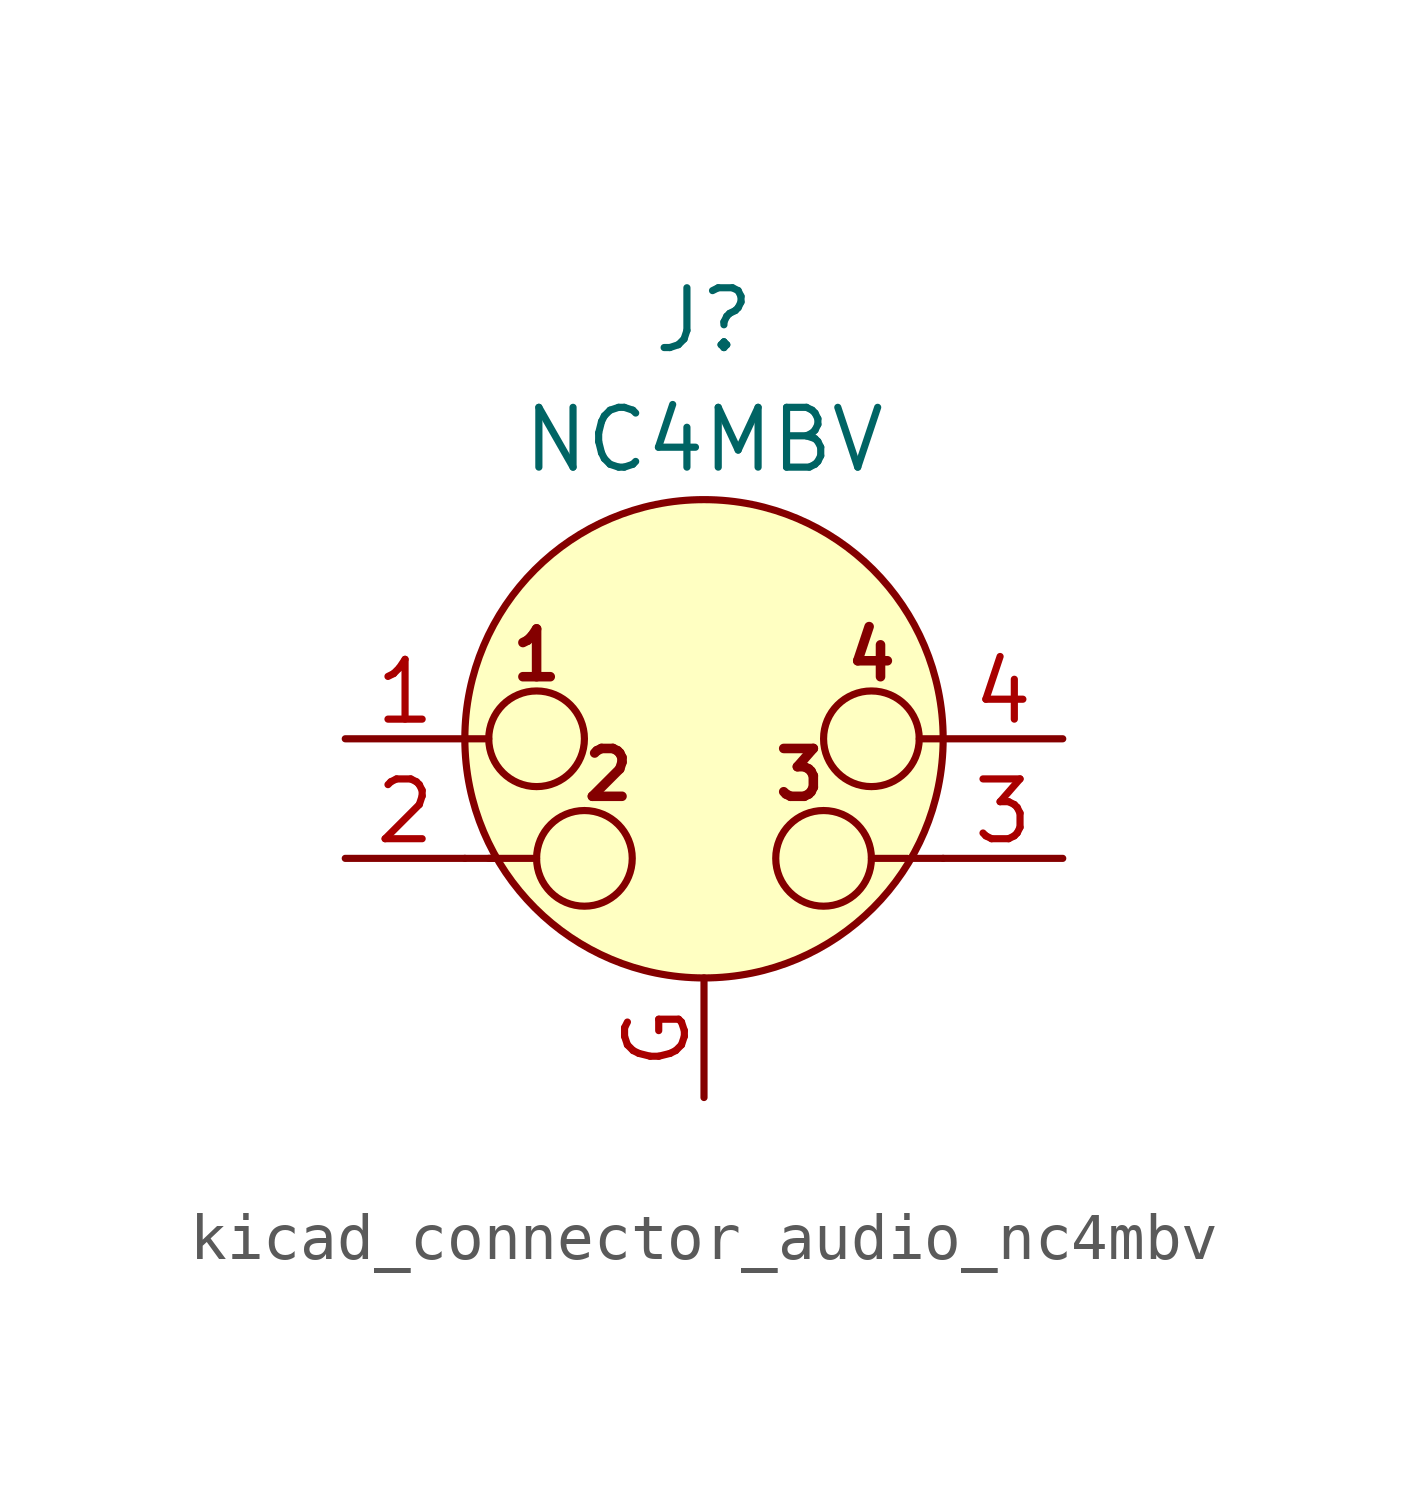
<source format=kicad_sym>
(kicad_symbol_lib
  (version 20220914)
  (generator kicad_symbol_editor)
  (symbol "kicad_connector_audio_nc4mbv"
    (pin_names hide)
    (property "Reference" "J"
      (at 0 8.89 0)
      (effects (font (size 1.27 1.27))))
    (property "Value" "NC4MBV"
      (at 0 6.35 0)
      (effects (font (size 1.27 1.27))))
    (symbol "kicad_connector_audio_nc4mbv_0_1"
      (circle (center -3.556 0) (radius 1.016) (stroke (width 0) (type default)) (fill (type none)))
      (circle (center -2.54 -2.54) (radius 1.016) (stroke (width 0) (type default)) (fill (type none)))
      (polyline (pts (xy -5.08 -2.54) (xy -4.445 -2.54)) (stroke (width 0) (type default)) (fill (type none)))
      (polyline (pts (xy -5.08 0) (xy -4.572 0)) (stroke (width 0) (type default)) (fill (type none)))
      (polyline (pts (xy -4.572 -2.54) (xy -3.556 -2.54)) (stroke (width 0) (type default)) (fill (type none)))
      (polyline (pts (xy 4.318 -2.54) (xy 3.556 -2.54)) (stroke (width 0) (type default)) (fill (type none)))
      (polyline (pts (xy 5.08 -2.54) (xy 4.445 -2.54)) (stroke (width 0) (type default)) (fill (type none)))
      (polyline (pts (xy 5.08 0) (xy 4.572 0)) (stroke (width 0) (type default)) (fill (type none)))
      (circle (center 0 0) (radius 5.08) (stroke (width 0) (type default)) (fill (type background)))
      (circle (center 2.54 -2.54) (radius 1.016) (stroke (width 0) (type default)) (fill (type none)))
      (circle (center 3.556 0) (radius 1.016) (stroke (width 0) (type default)) (fill (type none)))
      (text "1" (at -3.556 1.778 0) (effects (font (size 1.016 1.016) bold)))
      (text "2" (at -2.032 -0.762 0) (effects (font (size 1.016 1.016) bold)))
      (text "3" (at 2.032 -0.762 0) (effects (font (size 1.016 1.016) bold)))
      (text "4" (at 3.556 1.778 0) (effects (font (size 1.016 1.016) bold))))
    (symbol "kicad_connector_audio_nc4mbv_1_1"
      (pin passive line (at -7.62 0 0) (length 2.54) (name "~" (effects (font (size 1.27 1.27)))) (number "1" (effects (font (size 1.27 1.27)))))
      (pin passive line (at -7.62 -2.54 0) (length 2.54) (name "~" (effects (font (size 1.27 1.27)))) (number "2" (effects (font (size 1.27 1.27)))))
      (pin passive line (at 7.62 -2.54 180) (length 2.54) (name "~" (effects (font (size 1.27 1.27)))) (number "3" (effects (font (size 1.27 1.27)))))
      (pin passive line (at 7.62 0 180) (length 2.54) (name "~" (effects (font (size 1.27 1.27)))) (number "4" (effects (font (size 1.27 1.27)))))
      (pin passive line (at 0 -7.62 90) (length 2.54) (name "~" (effects (font (size 1.27 1.27)))) (number "G" (effects (font (size 1.27 1.27))))))))
</source>
